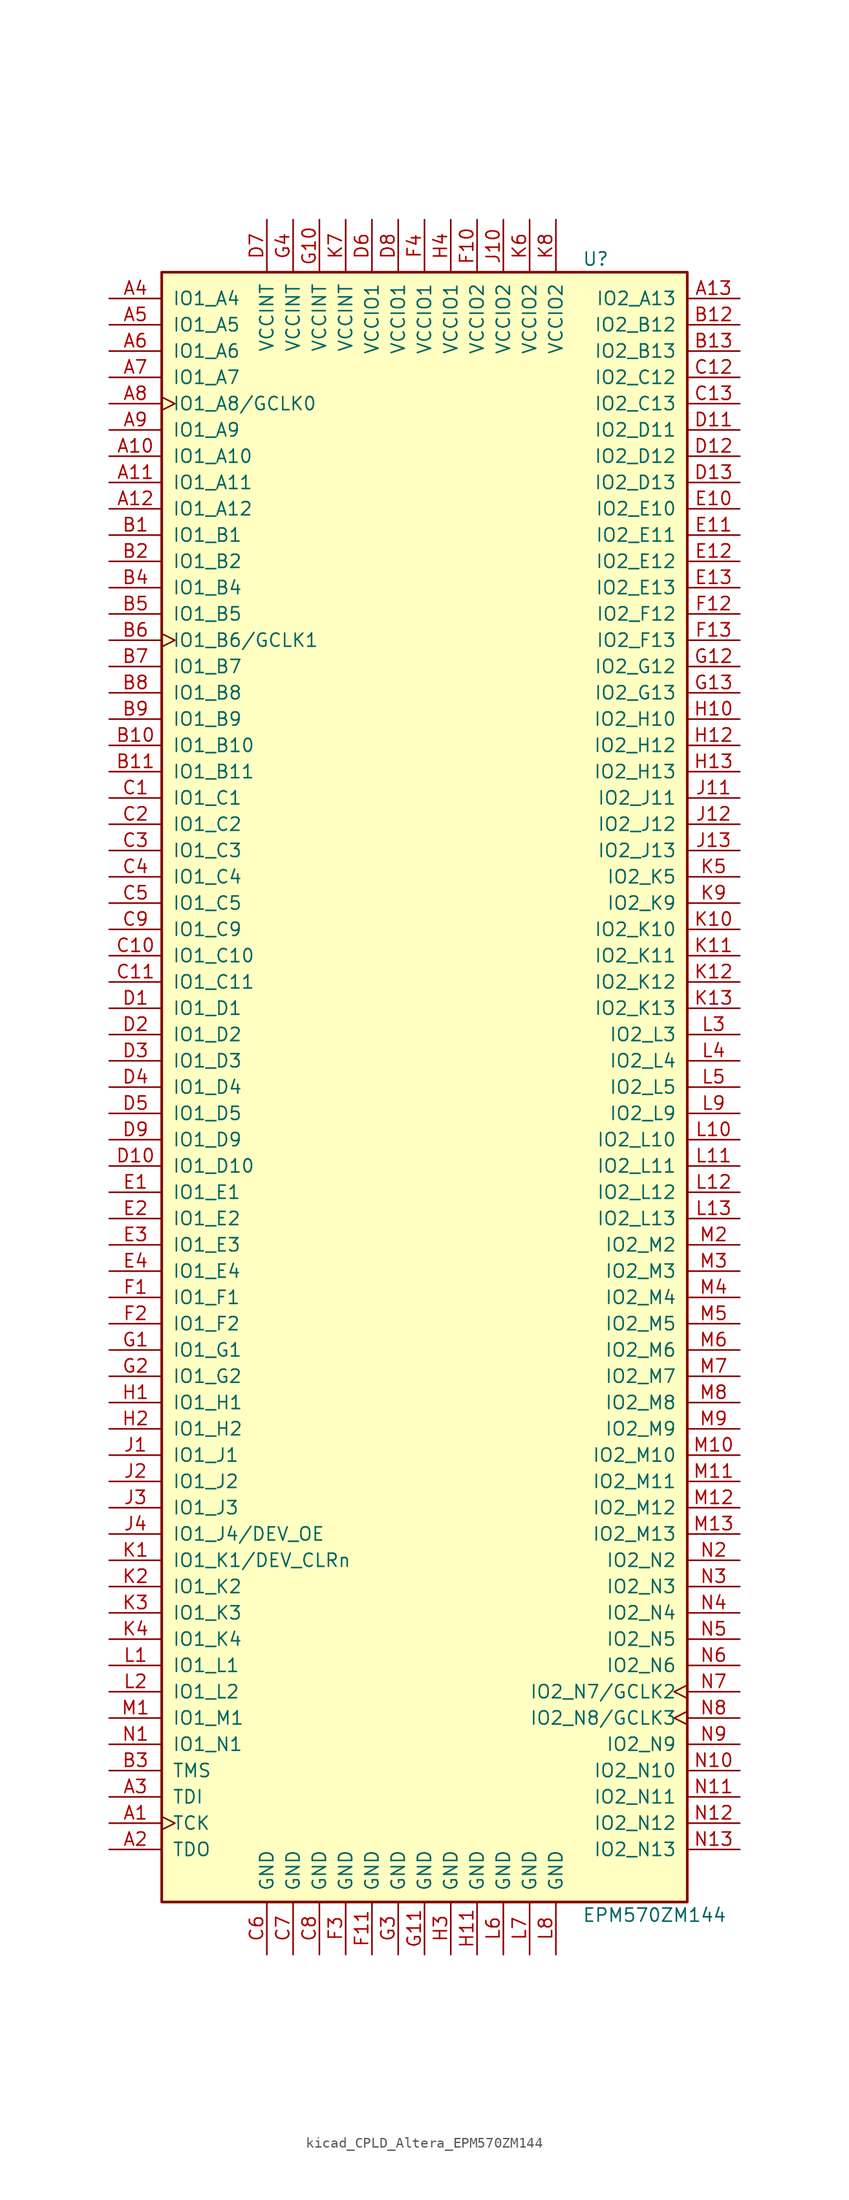
<source format=kicad_sym>
(kicad_symbol_lib
  (version 20220914)
  (generator kicad_symbol_editor)
  (symbol "kicad_CPLD_Altera_EPM570ZM144"
    (pin_names
      (offset 1.016))
    (property "Reference" "U"
      (at 15.24 80.01 0)
      (effects (font (size 1.27 1.27)) (justify left)))
    (property "Value" "EPM570ZM144"
      (at 15.24 -80.01 0)
      (effects (font (size 1.27 1.27)) (justify left)))
    (property "ki_locked" ""
      (at 0 0 0)
      (effects (font (size 1.27 1.27))))
    (symbol "kicad_CPLD_Altera_EPM570ZM144_1_1"
      (rectangle (start -25.4 78.74) (end 25.4 -78.74) (stroke (width 0.254) (type default)) (fill (type background)))
      (pin input clock (at -30.48 -71.12 0) (length 5.08) (name "TCK" (effects (font (size 1.27 1.27)))) (number "A1" (effects (font (size 1.27 1.27)))))
      (pin bidirectional line (at -30.48 60.96 0) (length 5.08) (name "IO1_A10" (effects (font (size 1.27 1.27)))) (number "A10" (effects (font (size 1.27 1.27)))))
      (pin bidirectional line (at -30.48 58.42 0) (length 5.08) (name "IO1_A11" (effects (font (size 1.27 1.27)))) (number "A11" (effects (font (size 1.27 1.27)))))
      (pin bidirectional line (at -30.48 55.88 0) (length 5.08) (name "IO1_A12" (effects (font (size 1.27 1.27)))) (number "A12" (effects (font (size 1.27 1.27)))))
      (pin bidirectional line (at 30.48 76.2 180) (length 5.08) (name "IO2_A13" (effects (font (size 1.27 1.27)))) (number "A13" (effects (font (size 1.27 1.27)))))
      (pin output line (at -30.48 -73.66 0) (length 5.08) (name "TDO" (effects (font (size 1.27 1.27)))) (number "A2" (effects (font (size 1.27 1.27)))))
      (pin input line (at -30.48 -68.58 0) (length 5.08) (name "TDI" (effects (font (size 1.27 1.27)))) (number "A3" (effects (font (size 1.27 1.27)))))
      (pin bidirectional line (at -30.48 76.2 0) (length 5.08) (name "IO1_A4" (effects (font (size 1.27 1.27)))) (number "A4" (effects (font (size 1.27 1.27)))))
      (pin bidirectional line (at -30.48 73.66 0) (length 5.08) (name "IO1_A5" (effects (font (size 1.27 1.27)))) (number "A5" (effects (font (size 1.27 1.27)))))
      (pin bidirectional line (at -30.48 71.12 0) (length 5.08) (name "IO1_A6" (effects (font (size 1.27 1.27)))) (number "A6" (effects (font (size 1.27 1.27)))))
      (pin bidirectional line (at -30.48 68.58 0) (length 5.08) (name "IO1_A7" (effects (font (size 1.27 1.27)))) (number "A7" (effects (font (size 1.27 1.27)))))
      (pin bidirectional clock (at -30.48 66.04 0) (length 5.08) (name "IO1_A8/GCLK0" (effects (font (size 1.27 1.27)))) (number "A8" (effects (font (size 1.27 1.27)))))
      (pin bidirectional line (at -30.48 63.5 0) (length 5.08) (name "IO1_A9" (effects (font (size 1.27 1.27)))) (number "A9" (effects (font (size 1.27 1.27)))))
      (pin bidirectional line (at -30.48 53.34 0) (length 5.08) (name "IO1_B1" (effects (font (size 1.27 1.27)))) (number "B1" (effects (font (size 1.27 1.27)))))
      (pin bidirectional line (at -30.48 33.02 0) (length 5.08) (name "IO1_B10" (effects (font (size 1.27 1.27)))) (number "B10" (effects (font (size 1.27 1.27)))))
      (pin bidirectional line (at -30.48 30.48 0) (length 5.08) (name "IO1_B11" (effects (font (size 1.27 1.27)))) (number "B11" (effects (font (size 1.27 1.27)))))
      (pin bidirectional line (at 30.48 73.66 180) (length 5.08) (name "IO2_B12" (effects (font (size 1.27 1.27)))) (number "B12" (effects (font (size 1.27 1.27)))))
      (pin bidirectional line (at 30.48 71.12 180) (length 5.08) (name "IO2_B13" (effects (font (size 1.27 1.27)))) (number "B13" (effects (font (size 1.27 1.27)))))
      (pin bidirectional line (at -30.48 50.8 0) (length 5.08) (name "IO1_B2" (effects (font (size 1.27 1.27)))) (number "B2" (effects (font (size 1.27 1.27)))))
      (pin input line (at -30.48 -66.04 0) (length 5.08) (name "TMS" (effects (font (size 1.27 1.27)))) (number "B3" (effects (font (size 1.27 1.27)))))
      (pin bidirectional line (at -30.48 48.26 0) (length 5.08) (name "IO1_B4" (effects (font (size 1.27 1.27)))) (number "B4" (effects (font (size 1.27 1.27)))))
      (pin bidirectional line (at -30.48 45.72 0) (length 5.08) (name "IO1_B5" (effects (font (size 1.27 1.27)))) (number "B5" (effects (font (size 1.27 1.27)))))
      (pin bidirectional clock (at -30.48 43.18 0) (length 5.08) (name "IO1_B6/GCLK1" (effects (font (size 1.27 1.27)))) (number "B6" (effects (font (size 1.27 1.27)))))
      (pin bidirectional line (at -30.48 40.64 0) (length 5.08) (name "IO1_B7" (effects (font (size 1.27 1.27)))) (number "B7" (effects (font (size 1.27 1.27)))))
      (pin bidirectional line (at -30.48 38.1 0) (length 5.08) (name "IO1_B8" (effects (font (size 1.27 1.27)))) (number "B8" (effects (font (size 1.27 1.27)))))
      (pin bidirectional line (at -30.48 35.56 0) (length 5.08) (name "IO1_B9" (effects (font (size 1.27 1.27)))) (number "B9" (effects (font (size 1.27 1.27)))))
      (pin bidirectional line (at -30.48 27.94 0) (length 5.08) (name "IO1_C1" (effects (font (size 1.27 1.27)))) (number "C1" (effects (font (size 1.27 1.27)))))
      (pin bidirectional line (at -30.48 12.7 0) (length 5.08) (name "IO1_C10" (effects (font (size 1.27 1.27)))) (number "C10" (effects (font (size 1.27 1.27)))))
      (pin bidirectional line (at -30.48 10.16 0) (length 5.08) (name "IO1_C11" (effects (font (size 1.27 1.27)))) (number "C11" (effects (font (size 1.27 1.27)))))
      (pin bidirectional line (at 30.48 68.58 180) (length 5.08) (name "IO2_C12" (effects (font (size 1.27 1.27)))) (number "C12" (effects (font (size 1.27 1.27)))))
      (pin bidirectional line (at 30.48 66.04 180) (length 5.08) (name "IO2_C13" (effects (font (size 1.27 1.27)))) (number "C13" (effects (font (size 1.27 1.27)))))
      (pin bidirectional line (at -30.48 25.4 0) (length 5.08) (name "IO1_C2" (effects (font (size 1.27 1.27)))) (number "C2" (effects (font (size 1.27 1.27)))))
      (pin bidirectional line (at -30.48 22.86 0) (length 5.08) (name "IO1_C3" (effects (font (size 1.27 1.27)))) (number "C3" (effects (font (size 1.27 1.27)))))
      (pin bidirectional line (at -30.48 20.32 0) (length 5.08) (name "IO1_C4" (effects (font (size 1.27 1.27)))) (number "C4" (effects (font (size 1.27 1.27)))))
      (pin bidirectional line (at -30.48 17.78 0) (length 5.08) (name "IO1_C5" (effects (font (size 1.27 1.27)))) (number "C5" (effects (font (size 1.27 1.27)))))
      (pin power_in line (at -15.24 -83.82 90) (length 5.08) (name "GND" (effects (font (size 1.27 1.27)))) (number "C6" (effects (font (size 1.27 1.27)))))
      (pin power_in line (at -12.7 -83.82 90) (length 5.08) (name "GND" (effects (font (size 1.27 1.27)))) (number "C7" (effects (font (size 1.27 1.27)))))
      (pin power_in line (at -10.16 -83.82 90) (length 5.08) (name "GND" (effects (font (size 1.27 1.27)))) (number "C8" (effects (font (size 1.27 1.27)))))
      (pin bidirectional line (at -30.48 15.24 0) (length 5.08) (name "IO1_C9" (effects (font (size 1.27 1.27)))) (number "C9" (effects (font (size 1.27 1.27)))))
      (pin bidirectional line (at -30.48 7.62 0) (length 5.08) (name "IO1_D1" (effects (font (size 1.27 1.27)))) (number "D1" (effects (font (size 1.27 1.27)))))
      (pin bidirectional line (at -30.48 -7.62 0) (length 5.08) (name "IO1_D10" (effects (font (size 1.27 1.27)))) (number "D10" (effects (font (size 1.27 1.27)))))
      (pin bidirectional line (at 30.48 63.5 180) (length 5.08) (name "IO2_D11" (effects (font (size 1.27 1.27)))) (number "D11" (effects (font (size 1.27 1.27)))))
      (pin bidirectional line (at 30.48 60.96 180) (length 5.08) (name "IO2_D12" (effects (font (size 1.27 1.27)))) (number "D12" (effects (font (size 1.27 1.27)))))
      (pin bidirectional line (at 30.48 58.42 180) (length 5.08) (name "IO2_D13" (effects (font (size 1.27 1.27)))) (number "D13" (effects (font (size 1.27 1.27)))))
      (pin bidirectional line (at -30.48 5.08 0) (length 5.08) (name "IO1_D2" (effects (font (size 1.27 1.27)))) (number "D2" (effects (font (size 1.27 1.27)))))
      (pin bidirectional line (at -30.48 2.54 0) (length 5.08) (name "IO1_D3" (effects (font (size 1.27 1.27)))) (number "D3" (effects (font (size 1.27 1.27)))))
      (pin bidirectional line (at -30.48 0 0) (length 5.08) (name "IO1_D4" (effects (font (size 1.27 1.27)))) (number "D4" (effects (font (size 1.27 1.27)))))
      (pin bidirectional line (at -30.48 -2.54 0) (length 5.08) (name "IO1_D5" (effects (font (size 1.27 1.27)))) (number "D5" (effects (font (size 1.27 1.27)))))
      (pin power_in line (at -5.08 83.82 270) (length 5.08) (name "VCCIO1" (effects (font (size 1.27 1.27)))) (number "D6" (effects (font (size 1.27 1.27)))))
      (pin power_in line (at -15.24 83.82 270) (length 5.08) (name "VCCINT" (effects (font (size 1.27 1.27)))) (number "D7" (effects (font (size 1.27 1.27)))))
      (pin power_in line (at -2.54 83.82 270) (length 5.08) (name "VCCIO1" (effects (font (size 1.27 1.27)))) (number "D8" (effects (font (size 1.27 1.27)))))
      (pin bidirectional line (at -30.48 -5.08 0) (length 5.08) (name "IO1_D9" (effects (font (size 1.27 1.27)))) (number "D9" (effects (font (size 1.27 1.27)))))
      (pin bidirectional line (at -30.48 -10.16 0) (length 5.08) (name "IO1_E1" (effects (font (size 1.27 1.27)))) (number "E1" (effects (font (size 1.27 1.27)))))
      (pin bidirectional line (at 30.48 55.88 180) (length 5.08) (name "IO2_E10" (effects (font (size 1.27 1.27)))) (number "E10" (effects (font (size 1.27 1.27)))))
      (pin bidirectional line (at 30.48 53.34 180) (length 5.08) (name "IO2_E11" (effects (font (size 1.27 1.27)))) (number "E11" (effects (font (size 1.27 1.27)))))
      (pin bidirectional line (at 30.48 50.8 180) (length 5.08) (name "IO2_E12" (effects (font (size 1.27 1.27)))) (number "E12" (effects (font (size 1.27 1.27)))))
      (pin bidirectional line (at 30.48 48.26 180) (length 5.08) (name "IO2_E13" (effects (font (size 1.27 1.27)))) (number "E13" (effects (font (size 1.27 1.27)))))
      (pin bidirectional line (at -30.48 -12.7 0) (length 5.08) (name "IO1_E2" (effects (font (size 1.27 1.27)))) (number "E2" (effects (font (size 1.27 1.27)))))
      (pin bidirectional line (at -30.48 -15.24 0) (length 5.08) (name "IO1_E3" (effects (font (size 1.27 1.27)))) (number "E3" (effects (font (size 1.27 1.27)))))
      (pin bidirectional line (at -30.48 -17.78 0) (length 5.08) (name "IO1_E4" (effects (font (size 1.27 1.27)))) (number "E4" (effects (font (size 1.27 1.27)))))
      (pin bidirectional line (at -30.48 -20.32 0) (length 5.08) (name "IO1_F1" (effects (font (size 1.27 1.27)))) (number "F1" (effects (font (size 1.27 1.27)))))
      (pin power_in line (at 5.08 83.82 270) (length 5.08) (name "VCCIO2" (effects (font (size 1.27 1.27)))) (number "F10" (effects (font (size 1.27 1.27)))))
      (pin power_in line (at -5.08 -83.82 90) (length 5.08) (name "GND" (effects (font (size 1.27 1.27)))) (number "F11" (effects (font (size 1.27 1.27)))))
      (pin bidirectional line (at 30.48 45.72 180) (length 5.08) (name "IO2_F12" (effects (font (size 1.27 1.27)))) (number "F12" (effects (font (size 1.27 1.27)))))
      (pin bidirectional line (at 30.48 43.18 180) (length 5.08) (name "IO2_F13" (effects (font (size 1.27 1.27)))) (number "F13" (effects (font (size 1.27 1.27)))))
      (pin bidirectional line (at -30.48 -22.86 0) (length 5.08) (name "IO1_F2" (effects (font (size 1.27 1.27)))) (number "F2" (effects (font (size 1.27 1.27)))))
      (pin power_in line (at -7.62 -83.82 90) (length 5.08) (name "GND" (effects (font (size 1.27 1.27)))) (number "F3" (effects (font (size 1.27 1.27)))))
      (pin power_in line (at 0 83.82 270) (length 5.08) (name "VCCIO1" (effects (font (size 1.27 1.27)))) (number "F4" (effects (font (size 1.27 1.27)))))
      (pin bidirectional line (at -30.48 -25.4 0) (length 5.08) (name "IO1_G1" (effects (font (size 1.27 1.27)))) (number "G1" (effects (font (size 1.27 1.27)))))
      (pin power_in line (at -10.16 83.82 270) (length 5.08) (name "VCCINT" (effects (font (size 1.27 1.27)))) (number "G10" (effects (font (size 1.27 1.27)))))
      (pin power_in line (at 0 -83.82 90) (length 5.08) (name "GND" (effects (font (size 1.27 1.27)))) (number "G11" (effects (font (size 1.27 1.27)))))
      (pin bidirectional line (at 30.48 40.64 180) (length 5.08) (name "IO2_G12" (effects (font (size 1.27 1.27)))) (number "G12" (effects (font (size 1.27 1.27)))))
      (pin bidirectional line (at 30.48 38.1 180) (length 5.08) (name "IO2_G13" (effects (font (size 1.27 1.27)))) (number "G13" (effects (font (size 1.27 1.27)))))
      (pin bidirectional line (at -30.48 -27.94 0) (length 5.08) (name "IO1_G2" (effects (font (size 1.27 1.27)))) (number "G2" (effects (font (size 1.27 1.27)))))
      (pin power_in line (at -2.54 -83.82 90) (length 5.08) (name "GND" (effects (font (size 1.27 1.27)))) (number "G3" (effects (font (size 1.27 1.27)))))
      (pin power_in line (at -12.7 83.82 270) (length 5.08) (name "VCCINT" (effects (font (size 1.27 1.27)))) (number "G4" (effects (font (size 1.27 1.27)))))
      (pin bidirectional line (at -30.48 -30.48 0) (length 5.08) (name "IO1_H1" (effects (font (size 1.27 1.27)))) (number "H1" (effects (font (size 1.27 1.27)))))
      (pin bidirectional line (at 30.48 35.56 180) (length 5.08) (name "IO2_H10" (effects (font (size 1.27 1.27)))) (number "H10" (effects (font (size 1.27 1.27)))))
      (pin power_in line (at 5.08 -83.82 90) (length 5.08) (name "GND" (effects (font (size 1.27 1.27)))) (number "H11" (effects (font (size 1.27 1.27)))))
      (pin bidirectional line (at 30.48 33.02 180) (length 5.08) (name "IO2_H12" (effects (font (size 1.27 1.27)))) (number "H12" (effects (font (size 1.27 1.27)))))
      (pin bidirectional line (at 30.48 30.48 180) (length 5.08) (name "IO2_H13" (effects (font (size 1.27 1.27)))) (number "H13" (effects (font (size 1.27 1.27)))))
      (pin bidirectional line (at -30.48 -33.02 0) (length 5.08) (name "IO1_H2" (effects (font (size 1.27 1.27)))) (number "H2" (effects (font (size 1.27 1.27)))))
      (pin power_in line (at 2.54 -83.82 90) (length 5.08) (name "GND" (effects (font (size 1.27 1.27)))) (number "H3" (effects (font (size 1.27 1.27)))))
      (pin power_in line (at 2.54 83.82 270) (length 5.08) (name "VCCIO1" (effects (font (size 1.27 1.27)))) (number "H4" (effects (font (size 1.27 1.27)))))
      (pin bidirectional line (at -30.48 -35.56 0) (length 5.08) (name "IO1_J1" (effects (font (size 1.27 1.27)))) (number "J1" (effects (font (size 1.27 1.27)))))
      (pin power_in line (at 7.62 83.82 270) (length 5.08) (name "VCCIO2" (effects (font (size 1.27 1.27)))) (number "J10" (effects (font (size 1.27 1.27)))))
      (pin bidirectional line (at 30.48 27.94 180) (length 5.08) (name "IO2_J11" (effects (font (size 1.27 1.27)))) (number "J11" (effects (font (size 1.27 1.27)))))
      (pin bidirectional line (at 30.48 25.4 180) (length 5.08) (name "IO2_J12" (effects (font (size 1.27 1.27)))) (number "J12" (effects (font (size 1.27 1.27)))))
      (pin bidirectional line (at 30.48 22.86 180) (length 5.08) (name "IO2_J13" (effects (font (size 1.27 1.27)))) (number "J13" (effects (font (size 1.27 1.27)))))
      (pin bidirectional line (at -30.48 -38.1 0) (length 5.08) (name "IO1_J2" (effects (font (size 1.27 1.27)))) (number "J2" (effects (font (size 1.27 1.27)))))
      (pin bidirectional line (at -30.48 -40.64 0) (length 5.08) (name "IO1_J3" (effects (font (size 1.27 1.27)))) (number "J3" (effects (font (size 1.27 1.27)))))
      (pin bidirectional line (at -30.48 -43.18 0) (length 5.08) (name "IO1_J4/DEV_OE" (effects (font (size 1.27 1.27)))) (number "J4" (effects (font (size 1.27 1.27)))))
      (pin bidirectional line (at -30.48 -45.72 0) (length 5.08) (name "IO1_K1/DEV_CLRn" (effects (font (size 1.27 1.27)))) (number "K1" (effects (font (size 1.27 1.27)))))
      (pin bidirectional line (at 30.48 15.24 180) (length 5.08) (name "IO2_K10" (effects (font (size 1.27 1.27)))) (number "K10" (effects (font (size 1.27 1.27)))))
      (pin bidirectional line (at 30.48 12.7 180) (length 5.08) (name "IO2_K11" (effects (font (size 1.27 1.27)))) (number "K11" (effects (font (size 1.27 1.27)))))
      (pin bidirectional line (at 30.48 10.16 180) (length 5.08) (name "IO2_K12" (effects (font (size 1.27 1.27)))) (number "K12" (effects (font (size 1.27 1.27)))))
      (pin bidirectional line (at 30.48 7.62 180) (length 5.08) (name "IO2_K13" (effects (font (size 1.27 1.27)))) (number "K13" (effects (font (size 1.27 1.27)))))
      (pin bidirectional line (at -30.48 -48.26 0) (length 5.08) (name "IO1_K2" (effects (font (size 1.27 1.27)))) (number "K2" (effects (font (size 1.27 1.27)))))
      (pin bidirectional line (at -30.48 -50.8 0) (length 5.08) (name "IO1_K3" (effects (font (size 1.27 1.27)))) (number "K3" (effects (font (size 1.27 1.27)))))
      (pin bidirectional line (at -30.48 -53.34 0) (length 5.08) (name "IO1_K4" (effects (font (size 1.27 1.27)))) (number "K4" (effects (font (size 1.27 1.27)))))
      (pin bidirectional line (at 30.48 20.32 180) (length 5.08) (name "IO2_K5" (effects (font (size 1.27 1.27)))) (number "K5" (effects (font (size 1.27 1.27)))))
      (pin power_in line (at 10.16 83.82 270) (length 5.08) (name "VCCIO2" (effects (font (size 1.27 1.27)))) (number "K6" (effects (font (size 1.27 1.27)))))
      (pin power_in line (at -7.62 83.82 270) (length 5.08) (name "VCCINT" (effects (font (size 1.27 1.27)))) (number "K7" (effects (font (size 1.27 1.27)))))
      (pin power_in line (at 12.7 83.82 270) (length 5.08) (name "VCCIO2" (effects (font (size 1.27 1.27)))) (number "K8" (effects (font (size 1.27 1.27)))))
      (pin bidirectional line (at 30.48 17.78 180) (length 5.08) (name "IO2_K9" (effects (font (size 1.27 1.27)))) (number "K9" (effects (font (size 1.27 1.27)))))
      (pin bidirectional line (at -30.48 -55.88 0) (length 5.08) (name "IO1_L1" (effects (font (size 1.27 1.27)))) (number "L1" (effects (font (size 1.27 1.27)))))
      (pin bidirectional line (at 30.48 -5.08 180) (length 5.08) (name "IO2_L10" (effects (font (size 1.27 1.27)))) (number "L10" (effects (font (size 1.27 1.27)))))
      (pin bidirectional line (at 30.48 -7.62 180) (length 5.08) (name "IO2_L11" (effects (font (size 1.27 1.27)))) (number "L11" (effects (font (size 1.27 1.27)))))
      (pin bidirectional line (at 30.48 -10.16 180) (length 5.08) (name "IO2_L12" (effects (font (size 1.27 1.27)))) (number "L12" (effects (font (size 1.27 1.27)))))
      (pin bidirectional line (at 30.48 -12.7 180) (length 5.08) (name "IO2_L13" (effects (font (size 1.27 1.27)))) (number "L13" (effects (font (size 1.27 1.27)))))
      (pin bidirectional line (at -30.48 -58.42 0) (length 5.08) (name "IO1_L2" (effects (font (size 1.27 1.27)))) (number "L2" (effects (font (size 1.27 1.27)))))
      (pin bidirectional line (at 30.48 5.08 180) (length 5.08) (name "IO2_L3" (effects (font (size 1.27 1.27)))) (number "L3" (effects (font (size 1.27 1.27)))))
      (pin bidirectional line (at 30.48 2.54 180) (length 5.08) (name "IO2_L4" (effects (font (size 1.27 1.27)))) (number "L4" (effects (font (size 1.27 1.27)))))
      (pin bidirectional line (at 30.48 0 180) (length 5.08) (name "IO2_L5" (effects (font (size 1.27 1.27)))) (number "L5" (effects (font (size 1.27 1.27)))))
      (pin power_in line (at 7.62 -83.82 90) (length 5.08) (name "GND" (effects (font (size 1.27 1.27)))) (number "L6" (effects (font (size 1.27 1.27)))))
      (pin power_in line (at 10.16 -83.82 90) (length 5.08) (name "GND" (effects (font (size 1.27 1.27)))) (number "L7" (effects (font (size 1.27 1.27)))))
      (pin power_in line (at 12.7 -83.82 90) (length 5.08) (name "GND" (effects (font (size 1.27 1.27)))) (number "L8" (effects (font (size 1.27 1.27)))))
      (pin bidirectional line (at 30.48 -2.54 180) (length 5.08) (name "IO2_L9" (effects (font (size 1.27 1.27)))) (number "L9" (effects (font (size 1.27 1.27)))))
      (pin bidirectional line (at -30.48 -60.96 0) (length 5.08) (name "IO1_M1" (effects (font (size 1.27 1.27)))) (number "M1" (effects (font (size 1.27 1.27)))))
      (pin bidirectional line (at 30.48 -35.56 180) (length 5.08) (name "IO2_M10" (effects (font (size 1.27 1.27)))) (number "M10" (effects (font (size 1.27 1.27)))))
      (pin bidirectional line (at 30.48 -38.1 180) (length 5.08) (name "IO2_M11" (effects (font (size 1.27 1.27)))) (number "M11" (effects (font (size 1.27 1.27)))))
      (pin bidirectional line (at 30.48 -40.64 180) (length 5.08) (name "IO2_M12" (effects (font (size 1.27 1.27)))) (number "M12" (effects (font (size 1.27 1.27)))))
      (pin bidirectional line (at 30.48 -43.18 180) (length 5.08) (name "IO2_M13" (effects (font (size 1.27 1.27)))) (number "M13" (effects (font (size 1.27 1.27)))))
      (pin bidirectional line (at 30.48 -15.24 180) (length 5.08) (name "IO2_M2" (effects (font (size 1.27 1.27)))) (number "M2" (effects (font (size 1.27 1.27)))))
      (pin bidirectional line (at 30.48 -17.78 180) (length 5.08) (name "IO2_M3" (effects (font (size 1.27 1.27)))) (number "M3" (effects (font (size 1.27 1.27)))))
      (pin bidirectional line (at 30.48 -20.32 180) (length 5.08) (name "IO2_M4" (effects (font (size 1.27 1.27)))) (number "M4" (effects (font (size 1.27 1.27)))))
      (pin bidirectional line (at 30.48 -22.86 180) (length 5.08) (name "IO2_M5" (effects (font (size 1.27 1.27)))) (number "M5" (effects (font (size 1.27 1.27)))))
      (pin bidirectional line (at 30.48 -25.4 180) (length 5.08) (name "IO2_M6" (effects (font (size 1.27 1.27)))) (number "M6" (effects (font (size 1.27 1.27)))))
      (pin bidirectional line (at 30.48 -27.94 180) (length 5.08) (name "IO2_M7" (effects (font (size 1.27 1.27)))) (number "M7" (effects (font (size 1.27 1.27)))))
      (pin bidirectional line (at 30.48 -30.48 180) (length 5.08) (name "IO2_M8" (effects (font (size 1.27 1.27)))) (number "M8" (effects (font (size 1.27 1.27)))))
      (pin bidirectional line (at 30.48 -33.02 180) (length 5.08) (name "IO2_M9" (effects (font (size 1.27 1.27)))) (number "M9" (effects (font (size 1.27 1.27)))))
      (pin bidirectional line (at -30.48 -63.5 0) (length 5.08) (name "IO1_N1" (effects (font (size 1.27 1.27)))) (number "N1" (effects (font (size 1.27 1.27)))))
      (pin bidirectional line (at 30.48 -66.04 180) (length 5.08) (name "IO2_N10" (effects (font (size 1.27 1.27)))) (number "N10" (effects (font (size 1.27 1.27)))))
      (pin bidirectional line (at 30.48 -68.58 180) (length 5.08) (name "IO2_N11" (effects (font (size 1.27 1.27)))) (number "N11" (effects (font (size 1.27 1.27)))))
      (pin bidirectional line (at 30.48 -71.12 180) (length 5.08) (name "IO2_N12" (effects (font (size 1.27 1.27)))) (number "N12" (effects (font (size 1.27 1.27)))))
      (pin bidirectional line (at 30.48 -73.66 180) (length 5.08) (name "IO2_N13" (effects (font (size 1.27 1.27)))) (number "N13" (effects (font (size 1.27 1.27)))))
      (pin bidirectional line (at 30.48 -45.72 180) (length 5.08) (name "IO2_N2" (effects (font (size 1.27 1.27)))) (number "N2" (effects (font (size 1.27 1.27)))))
      (pin bidirectional line (at 30.48 -48.26 180) (length 5.08) (name "IO2_N3" (effects (font (size 1.27 1.27)))) (number "N3" (effects (font (size 1.27 1.27)))))
      (pin bidirectional line (at 30.48 -50.8 180) (length 5.08) (name "IO2_N4" (effects (font (size 1.27 1.27)))) (number "N4" (effects (font (size 1.27 1.27)))))
      (pin bidirectional line (at 30.48 -53.34 180) (length 5.08) (name "IO2_N5" (effects (font (size 1.27 1.27)))) (number "N5" (effects (font (size 1.27 1.27)))))
      (pin bidirectional line (at 30.48 -55.88 180) (length 5.08) (name "IO2_N6" (effects (font (size 1.27 1.27)))) (number "N6" (effects (font (size 1.27 1.27)))))
      (pin bidirectional clock (at 30.48 -58.42 180) (length 5.08) (name "IO2_N7/GCLK2" (effects (font (size 1.27 1.27)))) (number "N7" (effects (font (size 1.27 1.27)))))
      (pin bidirectional clock (at 30.48 -60.96 180) (length 5.08) (name "IO2_N8/GCLK3" (effects (font (size 1.27 1.27)))) (number "N8" (effects (font (size 1.27 1.27)))))
      (pin bidirectional line (at 30.48 -63.5 180) (length 5.08) (name "IO2_N9" (effects (font (size 1.27 1.27)))) (number "N9" (effects (font (size 1.27 1.27))))))))
</source>
